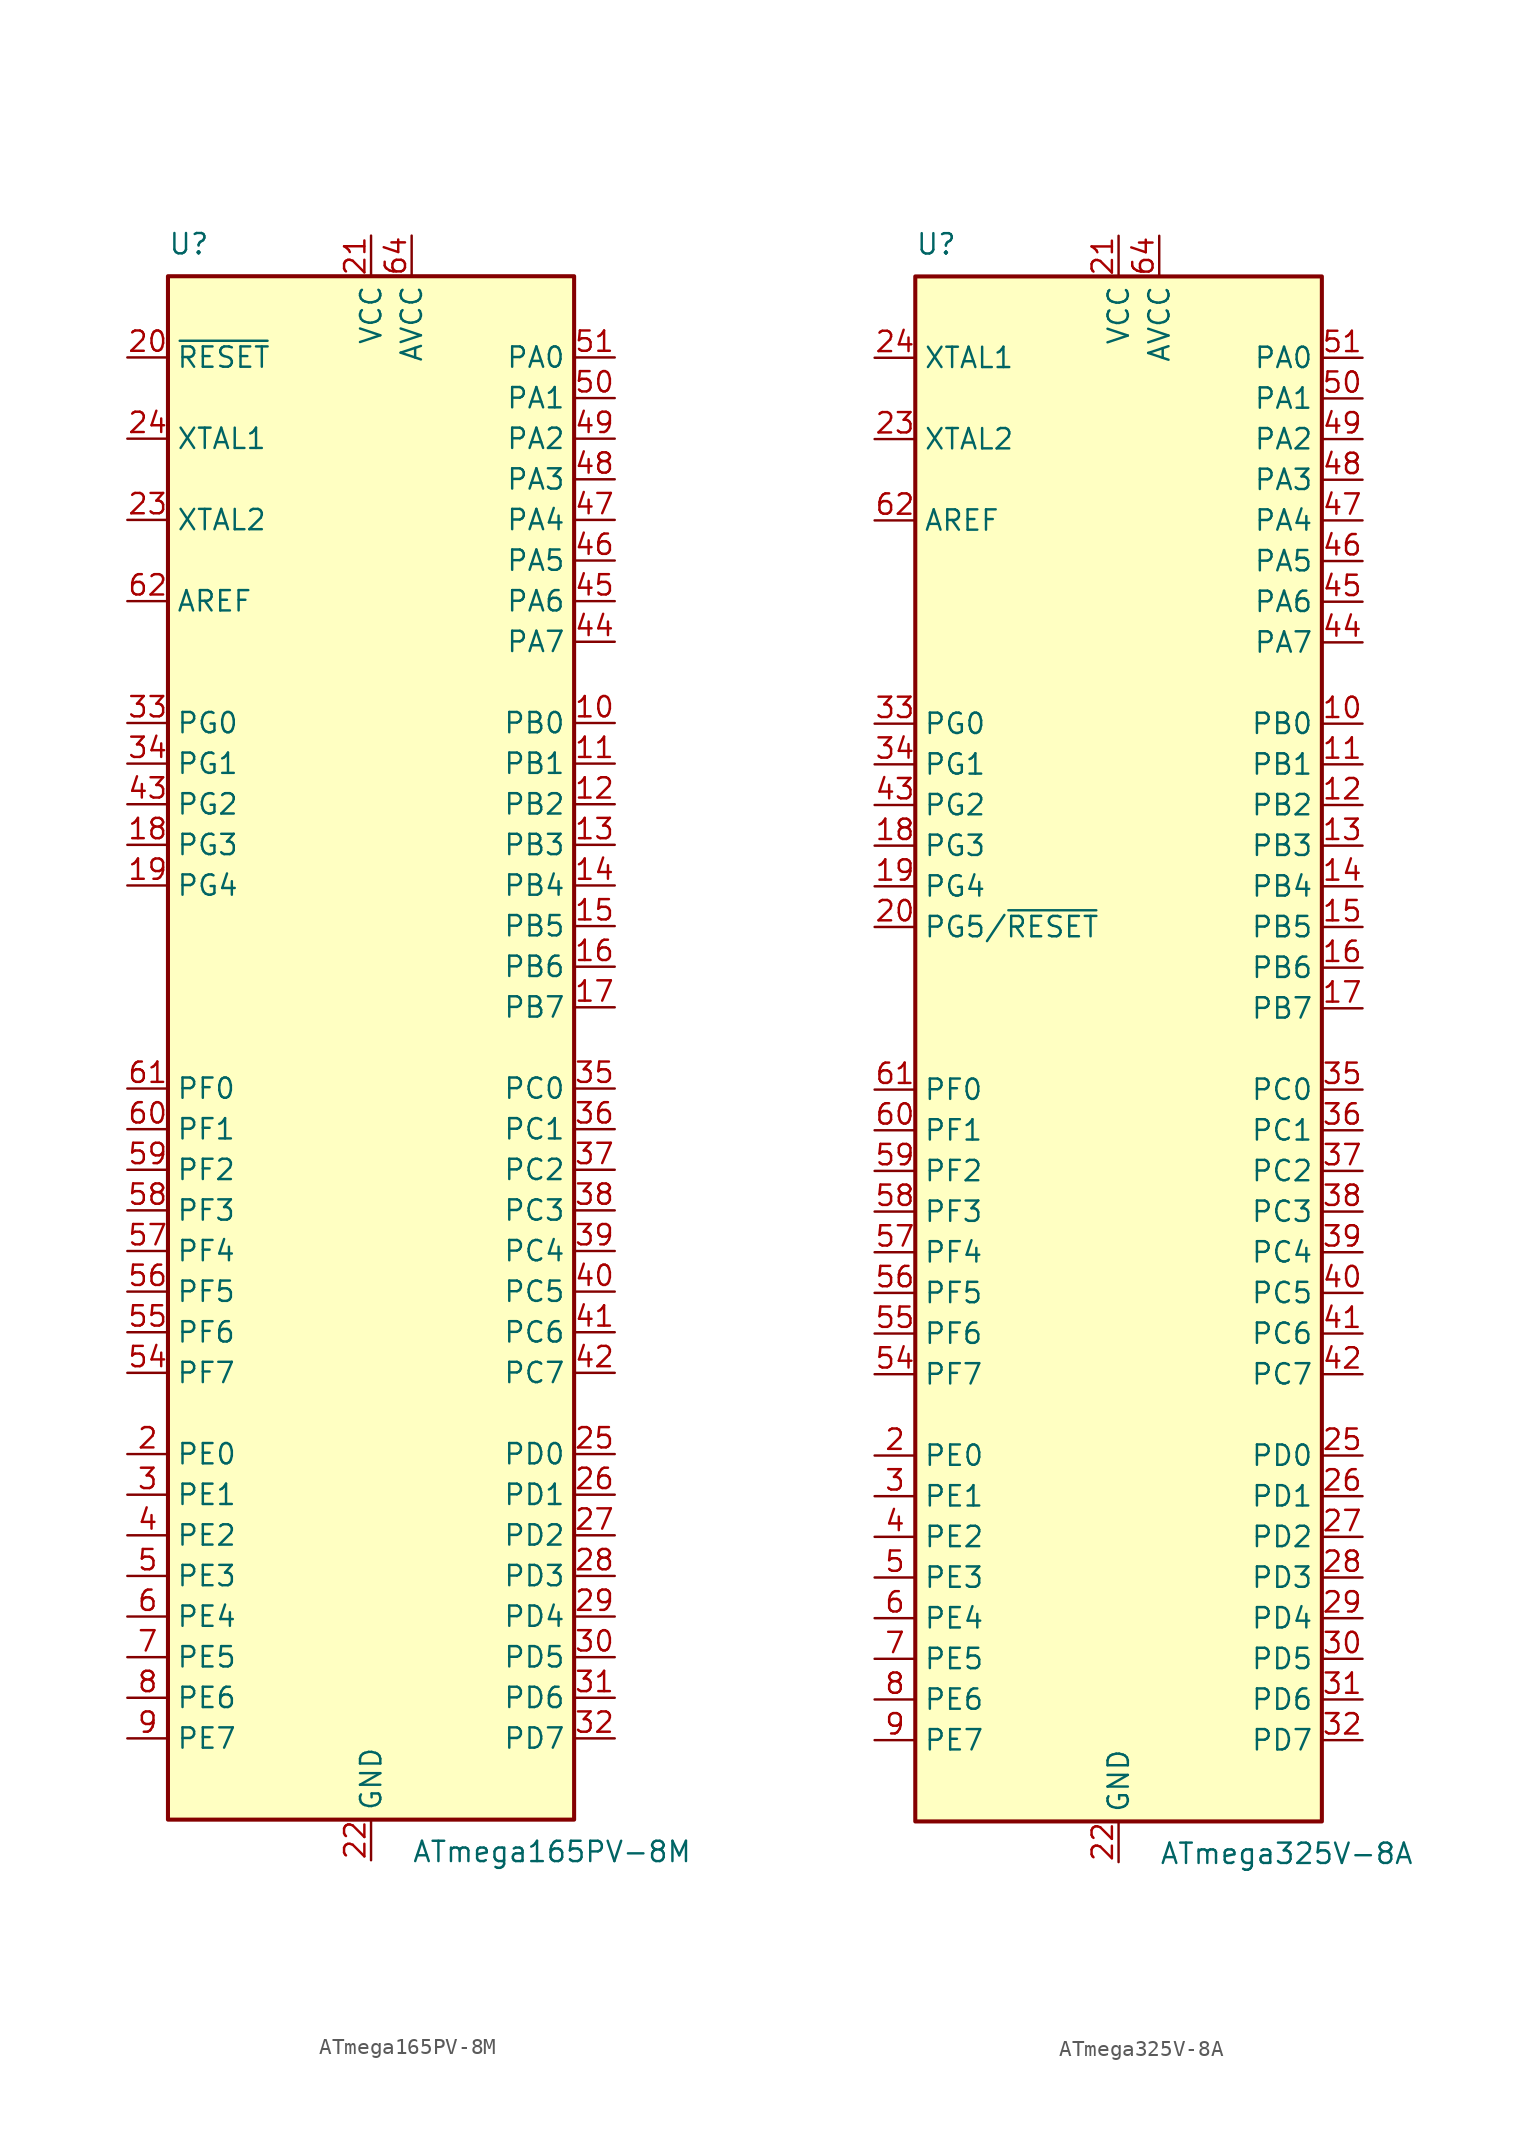
<source format=kicad_sym>
(kicad_symbol_lib
  (version 20200908)
  (generator kicad_symbol_editor)
  (symbol "MCU_Microchip_ATmega:ATmega165PV-8M"
    (property "Reference" "U"
      (at -12.7 49.53 0)
      (effects (font (size 1.27 1.27)) (justify left bottom)))
    (property "Value" "ATmega165PV-8M"
      (at 2.54 -49.53 0)
      (effects (font (size 1.27 1.27)) (justify left top)))
    (symbol "ATmega165PV-8M_0_1"
      (rectangle (start -12.7 -48.26) (end 12.7 48.26) (stroke (width 0.254)) (fill (type background))))
    (symbol "ATmega165PV-8M_1_1"
      (pin unconnected line (at -12.7 -45.72 0) (length 2.54) hide (name "NC" (effects (font (size 1.27 1.27)))) (number "1" (effects (font (size 1.27 1.27)))))
      (pin bidirectional line (at 15.24 20.32 180) (length 2.54) (name "PB0" (effects (font (size 1.27 1.27)))) (number "10" (effects (font (size 1.27 1.27)))))
      (pin bidirectional line (at 15.24 17.78 180) (length 2.54) (name "PB1" (effects (font (size 1.27 1.27)))) (number "11" (effects (font (size 1.27 1.27)))))
      (pin bidirectional line (at 15.24 15.24 180) (length 2.54) (name "PB2" (effects (font (size 1.27 1.27)))) (number "12" (effects (font (size 1.27 1.27)))))
      (pin bidirectional line (at 15.24 12.7 180) (length 2.54) (name "PB3" (effects (font (size 1.27 1.27)))) (number "13" (effects (font (size 1.27 1.27)))))
      (pin bidirectional line (at 15.24 10.16 180) (length 2.54) (name "PB4" (effects (font (size 1.27 1.27)))) (number "14" (effects (font (size 1.27 1.27)))))
      (pin bidirectional line (at 15.24 7.62 180) (length 2.54) (name "PB5" (effects (font (size 1.27 1.27)))) (number "15" (effects (font (size 1.27 1.27)))))
      (pin bidirectional line (at 15.24 5.08 180) (length 2.54) (name "PB6" (effects (font (size 1.27 1.27)))) (number "16" (effects (font (size 1.27 1.27)))))
      (pin bidirectional line (at 15.24 2.54 180) (length 2.54) (name "PB7" (effects (font (size 1.27 1.27)))) (number "17" (effects (font (size 1.27 1.27)))))
      (pin bidirectional line (at -15.24 12.7 0) (length 2.54) (name "PG3" (effects (font (size 1.27 1.27)))) (number "18" (effects (font (size 1.27 1.27)))))
      (pin bidirectional line (at -15.24 10.16 0) (length 2.54) (name "PG4" (effects (font (size 1.27 1.27)))) (number "19" (effects (font (size 1.27 1.27)))))
      (pin bidirectional line (at -15.24 -25.4 0) (length 2.54) (name "PE0" (effects (font (size 1.27 1.27)))) (number "2" (effects (font (size 1.27 1.27)))))
      (pin input line (at -15.24 43.18 0) (length 2.54) (name "~RESET" (effects (font (size 1.27 1.27)))) (number "20" (effects (font (size 1.27 1.27)))))
      (pin power_in line (at 0 50.8 270) (length 2.54) (name "VCC" (effects (font (size 1.27 1.27)))) (number "21" (effects (font (size 1.27 1.27)))))
      (pin power_in line (at 0 -50.8 90) (length 2.54) (name "GND" (effects (font (size 1.27 1.27)))) (number "22" (effects (font (size 1.27 1.27)))))
      (pin output line (at -15.24 33.02 0) (length 2.54) (name "XTAL2" (effects (font (size 1.27 1.27)))) (number "23" (effects (font (size 1.27 1.27)))))
      (pin input line (at -15.24 38.1 0) (length 2.54) (name "XTAL1" (effects (font (size 1.27 1.27)))) (number "24" (effects (font (size 1.27 1.27)))))
      (pin bidirectional line (at 15.24 -25.4 180) (length 2.54) (name "PD0" (effects (font (size 1.27 1.27)))) (number "25" (effects (font (size 1.27 1.27)))))
      (pin bidirectional line (at 15.24 -27.94 180) (length 2.54) (name "PD1" (effects (font (size 1.27 1.27)))) (number "26" (effects (font (size 1.27 1.27)))))
      (pin bidirectional line (at 15.24 -30.48 180) (length 2.54) (name "PD2" (effects (font (size 1.27 1.27)))) (number "27" (effects (font (size 1.27 1.27)))))
      (pin bidirectional line (at 15.24 -33.02 180) (length 2.54) (name "PD3" (effects (font (size 1.27 1.27)))) (number "28" (effects (font (size 1.27 1.27)))))
      (pin bidirectional line (at 15.24 -35.56 180) (length 2.54) (name "PD4" (effects (font (size 1.27 1.27)))) (number "29" (effects (font (size 1.27 1.27)))))
      (pin bidirectional line (at -15.24 -27.94 0) (length 2.54) (name "PE1" (effects (font (size 1.27 1.27)))) (number "3" (effects (font (size 1.27 1.27)))))
      (pin bidirectional line (at 15.24 -38.1 180) (length 2.54) (name "PD5" (effects (font (size 1.27 1.27)))) (number "30" (effects (font (size 1.27 1.27)))))
      (pin bidirectional line (at 15.24 -40.64 180) (length 2.54) (name "PD6" (effects (font (size 1.27 1.27)))) (number "31" (effects (font (size 1.27 1.27)))))
      (pin bidirectional line (at 15.24 -43.18 180) (length 2.54) (name "PD7" (effects (font (size 1.27 1.27)))) (number "32" (effects (font (size 1.27 1.27)))))
      (pin bidirectional line (at -15.24 20.32 0) (length 2.54) (name "PG0" (effects (font (size 1.27 1.27)))) (number "33" (effects (font (size 1.27 1.27)))))
      (pin bidirectional line (at -15.24 17.78 0) (length 2.54) (name "PG1" (effects (font (size 1.27 1.27)))) (number "34" (effects (font (size 1.27 1.27)))))
      (pin bidirectional line (at 15.24 -2.54 180) (length 2.54) (name "PC0" (effects (font (size 1.27 1.27)))) (number "35" (effects (font (size 1.27 1.27)))))
      (pin bidirectional line (at 15.24 -5.08 180) (length 2.54) (name "PC1" (effects (font (size 1.27 1.27)))) (number "36" (effects (font (size 1.27 1.27)))))
      (pin bidirectional line (at 15.24 -7.62 180) (length 2.54) (name "PC2" (effects (font (size 1.27 1.27)))) (number "37" (effects (font (size 1.27 1.27)))))
      (pin bidirectional line (at 15.24 -10.16 180) (length 2.54) (name "PC3" (effects (font (size 1.27 1.27)))) (number "38" (effects (font (size 1.27 1.27)))))
      (pin bidirectional line (at 15.24 -12.7 180) (length 2.54) (name "PC4" (effects (font (size 1.27 1.27)))) (number "39" (effects (font (size 1.27 1.27)))))
      (pin bidirectional line (at -15.24 -30.48 0) (length 2.54) (name "PE2" (effects (font (size 1.27 1.27)))) (number "4" (effects (font (size 1.27 1.27)))))
      (pin bidirectional line (at 15.24 -15.24 180) (length 2.54) (name "PC5" (effects (font (size 1.27 1.27)))) (number "40" (effects (font (size 1.27 1.27)))))
      (pin bidirectional line (at 15.24 -17.78 180) (length 2.54) (name "PC6" (effects (font (size 1.27 1.27)))) (number "41" (effects (font (size 1.27 1.27)))))
      (pin bidirectional line (at 15.24 -20.32 180) (length 2.54) (name "PC7" (effects (font (size 1.27 1.27)))) (number "42" (effects (font (size 1.27 1.27)))))
      (pin bidirectional line (at -15.24 15.24 0) (length 2.54) (name "PG2" (effects (font (size 1.27 1.27)))) (number "43" (effects (font (size 1.27 1.27)))))
      (pin bidirectional line (at 15.24 25.4 180) (length 2.54) (name "PA7" (effects (font (size 1.27 1.27)))) (number "44" (effects (font (size 1.27 1.27)))))
      (pin bidirectional line (at 15.24 27.94 180) (length 2.54) (name "PA6" (effects (font (size 1.27 1.27)))) (number "45" (effects (font (size 1.27 1.27)))))
      (pin bidirectional line (at 15.24 30.48 180) (length 2.54) (name "PA5" (effects (font (size 1.27 1.27)))) (number "46" (effects (font (size 1.27 1.27)))))
      (pin bidirectional line (at 15.24 33.02 180) (length 2.54) (name "PA4" (effects (font (size 1.27 1.27)))) (number "47" (effects (font (size 1.27 1.27)))))
      (pin bidirectional line (at 15.24 35.56 180) (length 2.54) (name "PA3" (effects (font (size 1.27 1.27)))) (number "48" (effects (font (size 1.27 1.27)))))
      (pin bidirectional line (at 15.24 38.1 180) (length 2.54) (name "PA2" (effects (font (size 1.27 1.27)))) (number "49" (effects (font (size 1.27 1.27)))))
      (pin bidirectional line (at -15.24 -33.02 0) (length 2.54) (name "PE3" (effects (font (size 1.27 1.27)))) (number "5" (effects (font (size 1.27 1.27)))))
      (pin bidirectional line (at 15.24 40.64 180) (length 2.54) (name "PA1" (effects (font (size 1.27 1.27)))) (number "50" (effects (font (size 1.27 1.27)))))
      (pin bidirectional line (at 15.24 43.18 180) (length 2.54) (name "PA0" (effects (font (size 1.27 1.27)))) (number "51" (effects (font (size 1.27 1.27)))))
      (pin passive line (at 0 50.8 270) (length 2.54) hide (name "VCC" (effects (font (size 1.27 1.27)))) (number "52" (effects (font (size 1.27 1.27)))))
      (pin passive line (at 0 -50.8 90) (length 2.54) hide (name "GND" (effects (font (size 1.27 1.27)))) (number "53" (effects (font (size 1.27 1.27)))))
      (pin bidirectional line (at -15.24 -20.32 0) (length 2.54) (name "PF7" (effects (font (size 1.27 1.27)))) (number "54" (effects (font (size 1.27 1.27)))))
      (pin bidirectional line (at -15.24 -17.78 0) (length 2.54) (name "PF6" (effects (font (size 1.27 1.27)))) (number "55" (effects (font (size 1.27 1.27)))))
      (pin bidirectional line (at -15.24 -15.24 0) (length 2.54) (name "PF5" (effects (font (size 1.27 1.27)))) (number "56" (effects (font (size 1.27 1.27)))))
      (pin bidirectional line (at -15.24 -12.7 0) (length 2.54) (name "PF4" (effects (font (size 1.27 1.27)))) (number "57" (effects (font (size 1.27 1.27)))))
      (pin bidirectional line (at -15.24 -10.16 0) (length 2.54) (name "PF3" (effects (font (size 1.27 1.27)))) (number "58" (effects (font (size 1.27 1.27)))))
      (pin bidirectional line (at -15.24 -7.62 0) (length 2.54) (name "PF2" (effects (font (size 1.27 1.27)))) (number "59" (effects (font (size 1.27 1.27)))))
      (pin bidirectional line (at -15.24 -35.56 0) (length 2.54) (name "PE4" (effects (font (size 1.27 1.27)))) (number "6" (effects (font (size 1.27 1.27)))))
      (pin bidirectional line (at -15.24 -5.08 0) (length 2.54) (name "PF1" (effects (font (size 1.27 1.27)))) (number "60" (effects (font (size 1.27 1.27)))))
      (pin bidirectional line (at -15.24 -2.54 0) (length 2.54) (name "PF0" (effects (font (size 1.27 1.27)))) (number "61" (effects (font (size 1.27 1.27)))))
      (pin passive line (at -15.24 27.94 0) (length 2.54) (name "AREF" (effects (font (size 1.27 1.27)))) (number "62" (effects (font (size 1.27 1.27)))))
      (pin passive line (at 0 -50.8 90) (length 2.54) hide (name "GND" (effects (font (size 1.27 1.27)))) (number "63" (effects (font (size 1.27 1.27)))))
      (pin power_in line (at 2.54 50.8 270) (length 2.54) (name "AVCC" (effects (font (size 1.27 1.27)))) (number "64" (effects (font (size 1.27 1.27)))))
      (pin passive line (at 0 -50.8 90) (length 2.54) hide (name "GND" (effects (font (size 1.27 1.27)))) (number "65" (effects (font (size 1.27 1.27)))))
      (pin bidirectional line (at -15.24 -38.1 0) (length 2.54) (name "PE5" (effects (font (size 1.27 1.27)))) (number "7" (effects (font (size 1.27 1.27)))))
      (pin bidirectional line (at -15.24 -40.64 0) (length 2.54) (name "PE6" (effects (font (size 1.27 1.27)))) (number "8" (effects (font (size 1.27 1.27)))))
      (pin bidirectional line (at -15.24 -43.18 0) (length 2.54) (name "PE7" (effects (font (size 1.27 1.27)))) (number "9" (effects (font (size 1.27 1.27)))))))
  (symbol "MCU_Microchip_ATmega:ATmega325V-8A"
    (property "Reference" "U"
      (at -12.7 49.53 0)
      (effects (font (size 1.27 1.27)) (justify left bottom)))
    (property "Value" "ATmega325V-8A"
      (at 2.54 -49.53 0)
      (effects (font (size 1.27 1.27)) (justify left top)))
    (symbol "ATmega325V-8A_0_1"
      (rectangle (start -12.7 -48.26) (end 12.7 48.26) (stroke (width 0.254)) (fill (type background))))
    (symbol "ATmega325V-8A_1_1"
      (pin unconnected line (at -12.7 -45.72 0) (length 2.54) hide (name "NC" (effects (font (size 1.27 1.27)))) (number "1" (effects (font (size 1.27 1.27)))))
      (pin bidirectional line (at 15.24 20.32 180) (length 2.54) (name "PB0" (effects (font (size 1.27 1.27)))) (number "10" (effects (font (size 1.27 1.27)))))
      (pin bidirectional line (at 15.24 17.78 180) (length 2.54) (name "PB1" (effects (font (size 1.27 1.27)))) (number "11" (effects (font (size 1.27 1.27)))))
      (pin bidirectional line (at 15.24 15.24 180) (length 2.54) (name "PB2" (effects (font (size 1.27 1.27)))) (number "12" (effects (font (size 1.27 1.27)))))
      (pin bidirectional line (at 15.24 12.7 180) (length 2.54) (name "PB3" (effects (font (size 1.27 1.27)))) (number "13" (effects (font (size 1.27 1.27)))))
      (pin bidirectional line (at 15.24 10.16 180) (length 2.54) (name "PB4" (effects (font (size 1.27 1.27)))) (number "14" (effects (font (size 1.27 1.27)))))
      (pin bidirectional line (at 15.24 7.62 180) (length 2.54) (name "PB5" (effects (font (size 1.27 1.27)))) (number "15" (effects (font (size 1.27 1.27)))))
      (pin bidirectional line (at 15.24 5.08 180) (length 2.54) (name "PB6" (effects (font (size 1.27 1.27)))) (number "16" (effects (font (size 1.27 1.27)))))
      (pin bidirectional line (at 15.24 2.54 180) (length 2.54) (name "PB7" (effects (font (size 1.27 1.27)))) (number "17" (effects (font (size 1.27 1.27)))))
      (pin bidirectional line (at -15.24 12.7 0) (length 2.54) (name "PG3" (effects (font (size 1.27 1.27)))) (number "18" (effects (font (size 1.27 1.27)))))
      (pin bidirectional line (at -15.24 10.16 0) (length 2.54) (name "PG4" (effects (font (size 1.27 1.27)))) (number "19" (effects (font (size 1.27 1.27)))))
      (pin bidirectional line (at -15.24 -25.4 0) (length 2.54) (name "PE0" (effects (font (size 1.27 1.27)))) (number "2" (effects (font (size 1.27 1.27)))))
      (pin bidirectional line (at -15.24 7.62 0) (length 2.54) (name "PG5/~RESET" (effects (font (size 1.27 1.27)))) (number "20" (effects (font (size 1.27 1.27)))))
      (pin power_in line (at 0 50.8 270) (length 2.54) (name "VCC" (effects (font (size 1.27 1.27)))) (number "21" (effects (font (size 1.27 1.27)))))
      (pin power_in line (at 0 -50.8 90) (length 2.54) (name "GND" (effects (font (size 1.27 1.27)))) (number "22" (effects (font (size 1.27 1.27)))))
      (pin output line (at -15.24 38.1 0) (length 2.54) (name "XTAL2" (effects (font (size 1.27 1.27)))) (number "23" (effects (font (size 1.27 1.27)))))
      (pin input line (at -15.24 43.18 0) (length 2.54) (name "XTAL1" (effects (font (size 1.27 1.27)))) (number "24" (effects (font (size 1.27 1.27)))))
      (pin bidirectional line (at 15.24 -25.4 180) (length 2.54) (name "PD0" (effects (font (size 1.27 1.27)))) (number "25" (effects (font (size 1.27 1.27)))))
      (pin bidirectional line (at 15.24 -27.94 180) (length 2.54) (name "PD1" (effects (font (size 1.27 1.27)))) (number "26" (effects (font (size 1.27 1.27)))))
      (pin bidirectional line (at 15.24 -30.48 180) (length 2.54) (name "PD2" (effects (font (size 1.27 1.27)))) (number "27" (effects (font (size 1.27 1.27)))))
      (pin bidirectional line (at 15.24 -33.02 180) (length 2.54) (name "PD3" (effects (font (size 1.27 1.27)))) (number "28" (effects (font (size 1.27 1.27)))))
      (pin bidirectional line (at 15.24 -35.56 180) (length 2.54) (name "PD4" (effects (font (size 1.27 1.27)))) (number "29" (effects (font (size 1.27 1.27)))))
      (pin bidirectional line (at -15.24 -27.94 0) (length 2.54) (name "PE1" (effects (font (size 1.27 1.27)))) (number "3" (effects (font (size 1.27 1.27)))))
      (pin bidirectional line (at 15.24 -38.1 180) (length 2.54) (name "PD5" (effects (font (size 1.27 1.27)))) (number "30" (effects (font (size 1.27 1.27)))))
      (pin bidirectional line (at 15.24 -40.64 180) (length 2.54) (name "PD6" (effects (font (size 1.27 1.27)))) (number "31" (effects (font (size 1.27 1.27)))))
      (pin bidirectional line (at 15.24 -43.18 180) (length 2.54) (name "PD7" (effects (font (size 1.27 1.27)))) (number "32" (effects (font (size 1.27 1.27)))))
      (pin bidirectional line (at -15.24 20.32 0) (length 2.54) (name "PG0" (effects (font (size 1.27 1.27)))) (number "33" (effects (font (size 1.27 1.27)))))
      (pin bidirectional line (at -15.24 17.78 0) (length 2.54) (name "PG1" (effects (font (size 1.27 1.27)))) (number "34" (effects (font (size 1.27 1.27)))))
      (pin bidirectional line (at 15.24 -2.54 180) (length 2.54) (name "PC0" (effects (font (size 1.27 1.27)))) (number "35" (effects (font (size 1.27 1.27)))))
      (pin bidirectional line (at 15.24 -5.08 180) (length 2.54) (name "PC1" (effects (font (size 1.27 1.27)))) (number "36" (effects (font (size 1.27 1.27)))))
      (pin bidirectional line (at 15.24 -7.62 180) (length 2.54) (name "PC2" (effects (font (size 1.27 1.27)))) (number "37" (effects (font (size 1.27 1.27)))))
      (pin bidirectional line (at 15.24 -10.16 180) (length 2.54) (name "PC3" (effects (font (size 1.27 1.27)))) (number "38" (effects (font (size 1.27 1.27)))))
      (pin bidirectional line (at 15.24 -12.7 180) (length 2.54) (name "PC4" (effects (font (size 1.27 1.27)))) (number "39" (effects (font (size 1.27 1.27)))))
      (pin bidirectional line (at -15.24 -30.48 0) (length 2.54) (name "PE2" (effects (font (size 1.27 1.27)))) (number "4" (effects (font (size 1.27 1.27)))))
      (pin bidirectional line (at 15.24 -15.24 180) (length 2.54) (name "PC5" (effects (font (size 1.27 1.27)))) (number "40" (effects (font (size 1.27 1.27)))))
      (pin bidirectional line (at 15.24 -17.78 180) (length 2.54) (name "PC6" (effects (font (size 1.27 1.27)))) (number "41" (effects (font (size 1.27 1.27)))))
      (pin bidirectional line (at 15.24 -20.32 180) (length 2.54) (name "PC7" (effects (font (size 1.27 1.27)))) (number "42" (effects (font (size 1.27 1.27)))))
      (pin bidirectional line (at -15.24 15.24 0) (length 2.54) (name "PG2" (effects (font (size 1.27 1.27)))) (number "43" (effects (font (size 1.27 1.27)))))
      (pin bidirectional line (at 15.24 25.4 180) (length 2.54) (name "PA7" (effects (font (size 1.27 1.27)))) (number "44" (effects (font (size 1.27 1.27)))))
      (pin bidirectional line (at 15.24 27.94 180) (length 2.54) (name "PA6" (effects (font (size 1.27 1.27)))) (number "45" (effects (font (size 1.27 1.27)))))
      (pin bidirectional line (at 15.24 30.48 180) (length 2.54) (name "PA5" (effects (font (size 1.27 1.27)))) (number "46" (effects (font (size 1.27 1.27)))))
      (pin bidirectional line (at 15.24 33.02 180) (length 2.54) (name "PA4" (effects (font (size 1.27 1.27)))) (number "47" (effects (font (size 1.27 1.27)))))
      (pin bidirectional line (at 15.24 35.56 180) (length 2.54) (name "PA3" (effects (font (size 1.27 1.27)))) (number "48" (effects (font (size 1.27 1.27)))))
      (pin bidirectional line (at 15.24 38.1 180) (length 2.54) (name "PA2" (effects (font (size 1.27 1.27)))) (number "49" (effects (font (size 1.27 1.27)))))
      (pin bidirectional line (at -15.24 -33.02 0) (length 2.54) (name "PE3" (effects (font (size 1.27 1.27)))) (number "5" (effects (font (size 1.27 1.27)))))
      (pin bidirectional line (at 15.24 40.64 180) (length 2.54) (name "PA1" (effects (font (size 1.27 1.27)))) (number "50" (effects (font (size 1.27 1.27)))))
      (pin bidirectional line (at 15.24 43.18 180) (length 2.54) (name "PA0" (effects (font (size 1.27 1.27)))) (number "51" (effects (font (size 1.27 1.27)))))
      (pin passive line (at 0 50.8 270) (length 2.54) hide (name "VCC" (effects (font (size 1.27 1.27)))) (number "52" (effects (font (size 1.27 1.27)))))
      (pin passive line (at 0 -50.8 90) (length 2.54) hide (name "GND" (effects (font (size 1.27 1.27)))) (number "53" (effects (font (size 1.27 1.27)))))
      (pin bidirectional line (at -15.24 -20.32 0) (length 2.54) (name "PF7" (effects (font (size 1.27 1.27)))) (number "54" (effects (font (size 1.27 1.27)))))
      (pin bidirectional line (at -15.24 -17.78 0) (length 2.54) (name "PF6" (effects (font (size 1.27 1.27)))) (number "55" (effects (font (size 1.27 1.27)))))
      (pin bidirectional line (at -15.24 -15.24 0) (length 2.54) (name "PF5" (effects (font (size 1.27 1.27)))) (number "56" (effects (font (size 1.27 1.27)))))
      (pin bidirectional line (at -15.24 -12.7 0) (length 2.54) (name "PF4" (effects (font (size 1.27 1.27)))) (number "57" (effects (font (size 1.27 1.27)))))
      (pin bidirectional line (at -15.24 -10.16 0) (length 2.54) (name "PF3" (effects (font (size 1.27 1.27)))) (number "58" (effects (font (size 1.27 1.27)))))
      (pin bidirectional line (at -15.24 -7.62 0) (length 2.54) (name "PF2" (effects (font (size 1.27 1.27)))) (number "59" (effects (font (size 1.27 1.27)))))
      (pin bidirectional line (at -15.24 -35.56 0) (length 2.54) (name "PE4" (effects (font (size 1.27 1.27)))) (number "6" (effects (font (size 1.27 1.27)))))
      (pin bidirectional line (at -15.24 -5.08 0) (length 2.54) (name "PF1" (effects (font (size 1.27 1.27)))) (number "60" (effects (font (size 1.27 1.27)))))
      (pin bidirectional line (at -15.24 -2.54 0) (length 2.54) (name "PF0" (effects (font (size 1.27 1.27)))) (number "61" (effects (font (size 1.27 1.27)))))
      (pin passive line (at -15.24 33.02 0) (length 2.54) (name "AREF" (effects (font (size 1.27 1.27)))) (number "62" (effects (font (size 1.27 1.27)))))
      (pin passive line (at 0 -50.8 90) (length 2.54) hide (name "GND" (effects (font (size 1.27 1.27)))) (number "63" (effects (font (size 1.27 1.27)))))
      (pin power_in line (at 2.54 50.8 270) (length 2.54) (name "AVCC" (effects (font (size 1.27 1.27)))) (number "64" (effects (font (size 1.27 1.27)))))
      (pin bidirectional line (at -15.24 -38.1 0) (length 2.54) (name "PE5" (effects (font (size 1.27 1.27)))) (number "7" (effects (font (size 1.27 1.27)))))
      (pin bidirectional line (at -15.24 -40.64 0) (length 2.54) (name "PE6" (effects (font (size 1.27 1.27)))) (number "8" (effects (font (size 1.27 1.27)))))
      (pin bidirectional line (at -15.24 -43.18 0) (length 2.54) (name "PE7" (effects (font (size 1.27 1.27)))) (number "9" (effects (font (size 1.27 1.27))))))))
</source>
